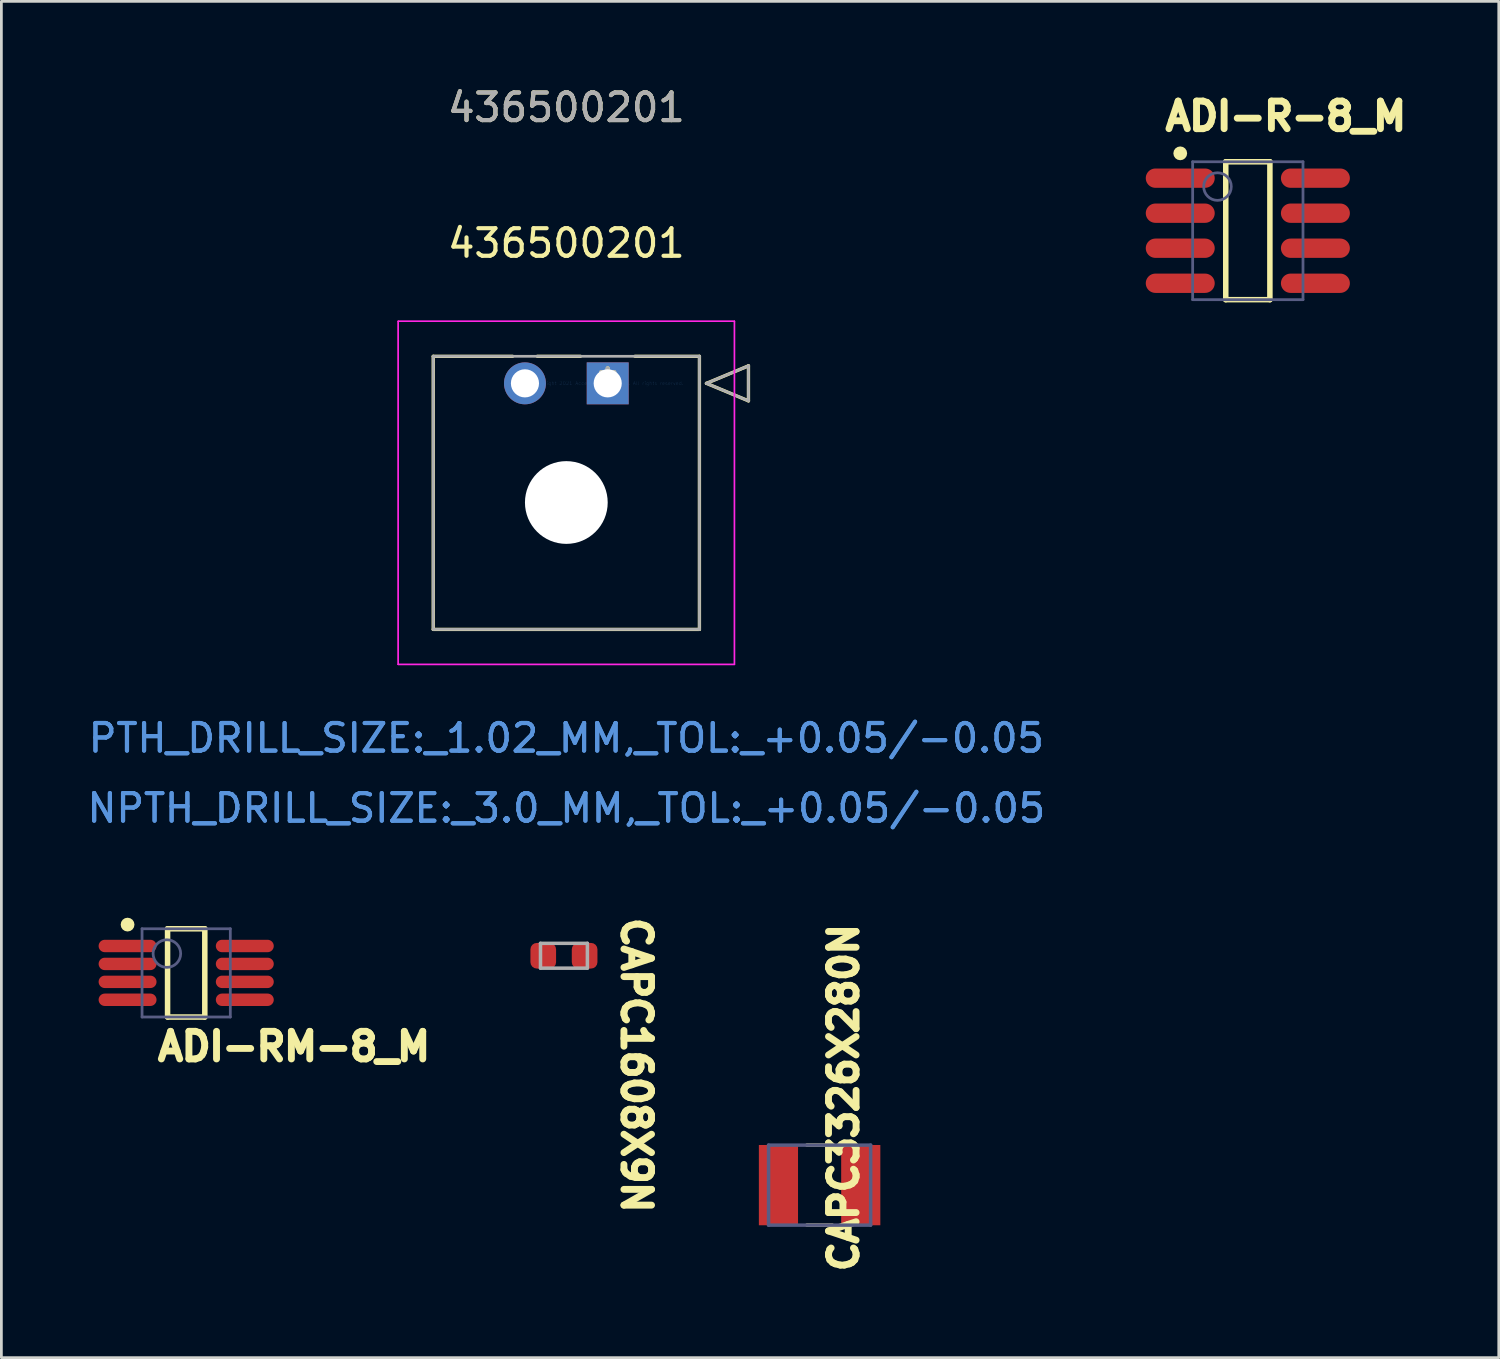
<source format=kicad_pcb>
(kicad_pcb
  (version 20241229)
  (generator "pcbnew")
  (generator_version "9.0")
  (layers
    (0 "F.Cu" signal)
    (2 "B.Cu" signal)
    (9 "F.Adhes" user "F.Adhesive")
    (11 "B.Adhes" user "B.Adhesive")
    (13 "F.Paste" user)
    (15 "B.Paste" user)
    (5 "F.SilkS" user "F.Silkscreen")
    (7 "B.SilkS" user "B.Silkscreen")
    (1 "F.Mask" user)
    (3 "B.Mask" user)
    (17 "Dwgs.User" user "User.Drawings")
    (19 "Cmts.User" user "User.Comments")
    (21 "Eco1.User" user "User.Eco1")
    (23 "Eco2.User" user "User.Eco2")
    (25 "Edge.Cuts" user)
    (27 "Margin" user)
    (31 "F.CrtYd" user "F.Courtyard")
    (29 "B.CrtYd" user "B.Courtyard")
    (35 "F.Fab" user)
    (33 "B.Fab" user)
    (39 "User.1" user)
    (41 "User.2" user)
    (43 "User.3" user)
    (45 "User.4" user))
  (footprint "CAPC3326X280N"
    (layer "F.Cu")
    (at 26.664 39.916)
    (property "Reference" "CAPC3326X280N" (at 1.458 3.254 90) (unlocked yes) (layer "F.SilkS") (effects (font (size 1 1) (thickness 0.254)) (justify left bottom)))
    (fp_line (start 0.46 -1.45) (end -0.46 -1.45) (stroke (width 0.127) (type solid)) (layer "F.SilkS"))
    (fp_line (start 0.46 1.45) (end -0.46 1.45) (stroke (width 0.127) (type solid)) (layer "F.SilkS"))
    (fp_line (start -2.454 1.705) (end -2.454 -1.705) (stroke (width 0.05) (type solid)) (layer "Eco1.User"))
    (fp_line (start 2.454 -1.705) (end -2.454 -1.705) (stroke (width 0.05) (type solid)) (layer "Eco1.User"))
    (fp_line (start 2.454 1.705) (end -2.454 1.705) (stroke (width 0.05) (type solid)) (layer "Eco1.User"))
    (fp_line (start 2.454 1.705) (end 2.454 -1.705) (stroke (width 0.05) (type solid)) (layer "Eco1.User"))
    (fp_line (start -1.85 1.45) (end -1.85 -1.45) (stroke (width 0.127) (type solid)) (layer "B.Fab"))
    (fp_line (start 1.85 -1.45) (end -1.85 -1.45) (stroke (width 0.127) (type solid)) (layer "B.Fab"))
    (fp_line (start 1.85 1.45) (end -1.85 1.45) (stroke (width 0.127) (type solid)) (layer "B.Fab"))
    (fp_line (start 1.85 1.45) (end 1.85 -1.45) (stroke (width 0.127) (type solid)) (layer "B.Fab"))
    (pad "1" smd rect (at -1.492 0) (size 1.42 2.91) (layers "F.Cu" "F.Mask" "F.Paste"))
    (pad "2" smd rect (at 1.492 0) (size 1.42 2.91) (layers "F.Cu" "F.Mask" "F.Paste")))
  (footprint "ADI-RM-8_M"
    (layer "F.Cu")
    (at 3.7 32.221)
    (property "Reference" "ADI-RM-8_M" (at -1.16 3.255 0) (unlocked yes) (layer "F.SilkS") (effects (font (size 1 1) (thickness 0.254)) (justify left bottom)))
    (fp_line (start -0.675 -1.6) (end 0.675 -1.6) (stroke (width 0.2) (type solid)) (layer "F.SilkS"))
    (fp_line (start -0.675 1.6) (end -0.675 -1.6) (stroke (width 0.2) (type solid)) (layer "F.SilkS"))
    (fp_line (start -0.675 1.6) (end 0.675 1.6) (stroke (width 0.2) (type solid)) (layer "F.SilkS"))
    (fp_line (start 0.675 1.6) (end 0.675 -1.6) (stroke (width 0.2) (type solid)) (layer "F.SilkS"))
    (fp_circle (center -2.125 -1.75) (end -2.125 -1.875) (stroke (width 0.25) (type solid)) (fill no) (layer "F.SilkS"))
    (fp_line (start -3.675 -2.1) (end 3.675 -2.1) (stroke (width 0.05) (type solid)) (layer "Eco1.User"))
    (fp_line (start -3.675 2.1) (end -3.675 -2.1) (stroke (width 0.05) (type solid)) (layer "Eco1.User"))
    (fp_line (start -3.675 2.1) (end 3.675 2.1) (stroke (width 0.05) (type solid)) (layer "Eco1.User"))
    (fp_line (start -0.5 0) (end 0.5 0) (stroke (width 0.1) (type solid)) (layer "Eco1.User"))
    (fp_line (start 0 0.5) (end 0 -0.5) (stroke (width 0.1) (type solid)) (layer "Eco1.User"))
    (fp_line (start 3.675 2.1) (end 3.675 -2.1) (stroke (width 0.05) (type solid)) (layer "Eco1.User"))
    (fp_line (start -1.6 -1.6) (end 1.6 -1.6) (stroke (width 0.1) (type solid)) (layer "B.Fab"))
    (fp_line (start -1.6 1.6) (end -1.6 -1.6) (stroke (width 0.1) (type solid)) (layer "B.Fab"))
    (fp_line (start -1.6 1.6) (end 1.6 1.6) (stroke (width 0.1) (type solid)) (layer "B.Fab"))
    (fp_line (start 1.6 1.6) (end 1.6 -1.6) (stroke (width 0.1) (type solid)) (layer "B.Fab"))
    (fp_circle (center -0.7 -0.7) (end -0.7 -1.2) (stroke (width 0.1) (type solid)) (fill no) (layer "B.Fab"))
    (pad "1" smd oval (at -2.125 -0.975 90) (size 0.45 2.1) (layers "F.Cu" "F.Mask" "F.Paste"))
    (pad "2" smd oval (at -2.125 -0.325 90) (size 0.45 2.1) (layers "F.Cu" "F.Mask" "F.Paste"))
    (pad "3" smd oval (at -2.125 0.325 90) (size 0.45 2.1) (layers "F.Cu" "F.Mask" "F.Paste"))
    (pad "4" smd oval (at -2.125 0.975 90) (size 0.45 2.1) (layers "F.Cu" "F.Mask" "F.Paste"))
    (pad "5" smd oval (at 2.125 0.975 90) (size 0.45 2.1) (layers "F.Cu" "F.Mask" "F.Paste"))
    (pad "6" smd oval (at 2.125 0.325 90) (size 0.45 2.1) (layers "F.Cu" "F.Mask" "F.Paste"))
    (pad "7" smd oval (at 2.125 -0.325 90) (size 0.45 2.1) (layers "F.Cu" "F.Mask" "F.Paste"))
    (pad "8" smd oval (at 2.125 -0.975 90) (size 0.45 2.1) (layers "F.Cu" "F.Mask" "F.Paste")))
  (footprint "ADI-R-8_M"
    (layer "F.Cu")
    (at 42.189 5.314)
    (property "Reference" "ADI-R-8_M" (at -3.119 -3.564 0) (unlocked yes) (layer "F.SilkS") (effects (font (size 1 1) (thickness 0.254)) (justify left bottom)))
    (fp_line (start -0.8 -2.5) (end 0.8 -2.5) (stroke (width 0.2) (type solid)) (layer "F.SilkS"))
    (fp_line (start -0.8 2.5) (end -0.8 -2.5) (stroke (width 0.2) (type solid)) (layer "F.SilkS"))
    (fp_line (start -0.8 2.5) (end 0.8 2.5) (stroke (width 0.2) (type solid)) (layer "F.SilkS"))
    (fp_line (start 0.8 2.5) (end 0.8 -2.5) (stroke (width 0.2) (type solid)) (layer "F.SilkS"))
    (fp_circle (center -2.45 -2.805) (end -2.45 -2.93) (stroke (width 0.25) (type solid)) (fill no) (layer "F.SilkS"))
    (fp_line (start -4.2 -3) (end 4.2 -3) (stroke (width 0.05) (type solid)) (layer "Eco1.User"))
    (fp_line (start -4.2 3) (end -4.2 -3) (stroke (width 0.05) (type solid)) (layer "Eco1.User"))
    (fp_line (start -4.2 3) (end 4.2 3) (stroke (width 0.05) (type solid)) (layer "Eco1.User"))
    (fp_line (start -0.5 0) (end 0.5 0) (stroke (width 0.1) (type solid)) (layer "Eco1.User"))
    (fp_line (start 0 0.5) (end 0 -0.5) (stroke (width 0.1) (type solid)) (layer "Eco1.User"))
    (fp_line (start 4.2 3) (end 4.2 -3) (stroke (width 0.05) (type solid)) (layer "Eco1.User"))
    (fp_line (start -2 -2.5) (end 2 -2.5) (stroke (width 0.1) (type solid)) (layer "B.Fab"))
    (fp_line (start -2 2.5) (end -2 -2.5) (stroke (width 0.1) (type solid)) (layer "B.Fab"))
    (fp_line (start -2 2.5) (end 2 2.5) (stroke (width 0.1) (type solid)) (layer "B.Fab"))
    (fp_line (start 2 2.5) (end 2 -2.5) (stroke (width 0.1) (type solid)) (layer "B.Fab"))
    (fp_circle (center -1.1 -1.6) (end -1.1 -2.1) (stroke (width 0.1) (type solid)) (fill no) (layer "B.Fab"))
    (pad "1" smd oval (at -2.45 -1.905 90) (size 0.7 2.5) (layers "F.Cu" "F.Mask" "F.Paste"))
    (pad "2" smd oval (at -2.45 -0.635 90) (size 0.7 2.5) (layers "F.Cu" "F.Mask" "F.Paste"))
    (pad "3" smd oval (at -2.45 0.635 90) (size 0.7 2.5) (layers "F.Cu" "F.Mask" "F.Paste"))
    (pad "4" smd oval (at -2.45 1.905 90) (size 0.7 2.5) (layers "F.Cu" "F.Mask" "F.Paste"))
    (pad "5" smd oval (at 2.45 1.905 90) (size 0.7 2.5) (layers "F.Cu" "F.Mask" "F.Paste"))
    (pad "6" smd oval (at 2.45 0.635 90) (size 0.7 2.5) (layers "F.Cu" "F.Mask" "F.Paste"))
    (pad "7" smd oval (at 2.45 -0.635 90) (size 0.7 2.5) (layers "F.Cu" "F.Mask" "F.Paste"))
    (pad "8" smd oval (at 2.45 -1.905 90) (size 0.7 2.5) (layers "F.Cu" "F.Mask" "F.Paste")))
  (footprint "436500201"
    (layer "F.Cu")
    (at 18.982 10.848)
    (property "Reference" "436500201" (at -1.5 -5.08 0) (layer "F.SilkS") (effects (font (size 1 1) (thickness 0.15))))
    (attr through_hole)
    (fp_line (start -6.325 -0.98) (end -6.325 8.92) (stroke (width 0.12) (type solid)) (layer "F.SilkS"))
    (fp_line (start -6.325 8.92) (end 3.325 8.92) (stroke (width 0.12) (type solid)) (layer "F.SilkS"))
    (fp_line (start -3.448 -0.98) (end -6.325 -0.98) (stroke (width 0.12) (type solid)) (layer "F.SilkS"))
    (fp_line (start -0.989 -0.98) (end -2.552 -0.98) (stroke (width 0.12) (type solid)) (layer "F.SilkS"))
    (fp_line (start 3.325 -0.98) (end 0.989 -0.98) (stroke (width 0.12) (type solid)) (layer "F.SilkS"))
    (fp_line (start 3.325 8.92) (end 3.325 -0.98) (stroke (width 0.12) (type solid)) (layer "F.SilkS"))
    (fp_line (start 3.579 0) (end 5.103 -0.635) (stroke (width 0.12) (type solid)) (layer "F.SilkS"))
    (fp_line (start 5.103 -0.635) (end 5.103 0.635) (stroke (width 0.12) (type solid)) (layer "F.SilkS"))
    (fp_line (start 5.103 0.635) (end 3.579 0) (stroke (width 0.12) (type solid)) (layer "F.SilkS"))
    (fp_line (start -7.595 -2.25) (end -7.595 10.19) (stroke (width 0.05) (type solid)) (layer "F.CrtYd"))
    (fp_line (start -7.595 -2.25) (end -7.595 10.19) (stroke (width 0.05) (type solid)) (layer "F.CrtYd"))
    (fp_line (start -7.595 10.19) (end 4.595 10.19) (stroke (width 0.05) (type solid)) (layer "F.CrtYd"))
    (fp_line (start -7.595 10.19) (end 4.595 10.19) (stroke (width 0.05) (type solid)) (layer "F.CrtYd"))
    (fp_line (start 4.595 -2.25) (end -7.595 -2.25) (stroke (width 0.05) (type solid)) (layer "F.CrtYd"))
    (fp_line (start 4.595 -2.25) (end -7.595 -2.25) (stroke (width 0.05) (type solid)) (layer "F.CrtYd"))
    (fp_line (start 4.595 10.19) (end 4.595 -2.25) (stroke (width 0.05) (type solid)) (layer "F.CrtYd"))
    (fp_line (start 4.595 10.19) (end 4.595 -2.25) (stroke (width 0.05) (type solid)) (layer "F.CrtYd"))
    (fp_line (start -6.325 -0.98) (end -6.325 8.92) (stroke (width 0.1) (type solid)) (layer "F.Fab"))
    (fp_line (start -6.325 8.92) (end 3.325 8.92) (stroke (width 0.1) (type solid)) (layer "F.Fab"))
    (fp_line (start 3.325 -0.98) (end -6.325 -0.98) (stroke (width 0.1) (type solid)) (layer "F.Fab"))
    (fp_line (start 3.325 8.92) (end 3.325 -0.98) (stroke (width 0.1) (type solid)) (layer "F.Fab"))
    (fp_line (start 3.579 0) (end 5.103 -0.635) (stroke (width 0.1) (type solid)) (layer "F.Fab"))
    (fp_line (start 5.103 -0.635) (end 5.103 0.635) (stroke (width 0.1) (type solid)) (layer "F.Fab"))
    (fp_line (start 5.103 0.635) (end 3.579 0) (stroke (width 0.1) (type solid)) (layer "F.Fab"))
    (fp_text user "436500201" (at -1.5 -10 0) (layer "F.SilkS") (effects (font (size 1 1) (thickness 0.15))))
    (fp_text user "*" (at 0 0 0) (layer "F.SilkS") (effects (font (size 1 1) (thickness 0.15))))
    (fp_text user "Copyright 2021 Accelerated Designs. All rights reserved." (at 0 0 0) (layer "Cmts.User") (effects (font (size 0.127 0.127) (thickness 0.002))))
    (fp_text user "NPTH_DRILL_SIZE:_3.0_MM,_TOL:_+0.05/-0.05" (at -1.5 15.4 0) (layer "Cmts.User") (effects (font (size 1 1) (thickness 0.15))))
    (fp_text user "PTH_DRILL_SIZE:_1.02_MM,_TOL:_+0.05/-0.05" (at -1.5 12.86 0) (layer "Cmts.User") (effects (font (size 1 1) (thickness 0.15))))
    (fp_text user "PTH_DRILL_SIZE:_1.02_MM,_TOL:_+0.05/-0.05" (at -1.5 12.86 0) (layer "Cmts.User") (effects (font (size 1 1) (thickness 0.15))))
    (fp_text user "NPTH_DRILL_SIZE:_3.0_MM,_TOL:_+0.05/-0.05" (at -1.5 15.4 0) (layer "Cmts.User") (effects (font (size 1 1) (thickness 0.15))))
    (fp_text user "436500201" (at -1.5 -10 0) (layer "F.Fab") (effects (font (size 1 1) (thickness 0.15))))
    (fp_text user "*" (at 0 0 0) (layer "F.Fab") (effects (font (size 1 1) (thickness 0.15))))
    (pad "" np_thru_hole circle (at -1.5 4.32) (size 3 3) (drill 3) (layers "*.Cu" "*.Mask"))
    (pad "1" thru_hole rect (at 0 0) (size 1.52 1.52) (drill 1.02) (layers "*.Cu" "*.Mask"))
    (pad "2" thru_hole circle (at -3 0) (size 1.52 1.52) (drill 1.02) (layers "*.Cu" "*.Mask")))
  (footprint "CAPC1608X9N"
    (layer "F.Cu")
    (at 17.395 31.6)
    (property "Reference" "CAPC1608X9N" (at 2.04 -1.504 270) (unlocked yes) (layer "F.SilkS") (effects (font (size 1 1) (thickness 0.254)) (justify left bottom)))
    (fp_line (start -1.47 -0.72) (end -1.47 0.72) (stroke (width 0.05) (type solid)) (layer "Eco1.User"))
    (fp_line (start -1.47 -0.72) (end 1.47 -0.72) (stroke (width 0.05) (type solid)) (layer "Eco1.User"))
    (fp_line (start -1.47 0.72) (end 1.47 0.72) (stroke (width 0.05) (type solid)) (layer "Eco1.User"))
    (fp_line (start 1.47 -0.72) (end 1.47 0.72) (stroke (width 0.05) (type solid)) (layer "Eco1.User"))
    (fp_line (start -0.85 -0.45) (end -0.85 0.45) (stroke (width 0.127) (type solid)) (layer "F.Fab"))
    (fp_line (start -0.85 -0.45) (end 0.85 -0.45) (stroke (width 0.127) (type solid)) (layer "F.Fab"))
    (fp_line (start -0.85 0.45) (end 0.85 0.45) (stroke (width 0.127) (type solid)) (layer "F.Fab"))
    (fp_line (start 0.85 -0.45) (end 0.85 0.45) (stroke (width 0.127) (type solid)) (layer "F.Fab"))
    (pad "1" smd roundrect (at -0.75 0) (size 0.93 0.93) (layers "F.Cu" "F.Mask" "F.Paste") (roundrect_rratio 0.25))
    (pad "2" smd roundrect (at 0.75 0) (size 0.93 0.93) (layers "F.Cu" "F.Mask" "F.Paste") (roundrect_rratio 0.25)))
  (gr_rect
    (start -3 -3)
    (end 51.287 46.17)
    (stroke (width 0.1) (type default))
    (fill no)
    (layer "Edge.Cuts")))
</source>
